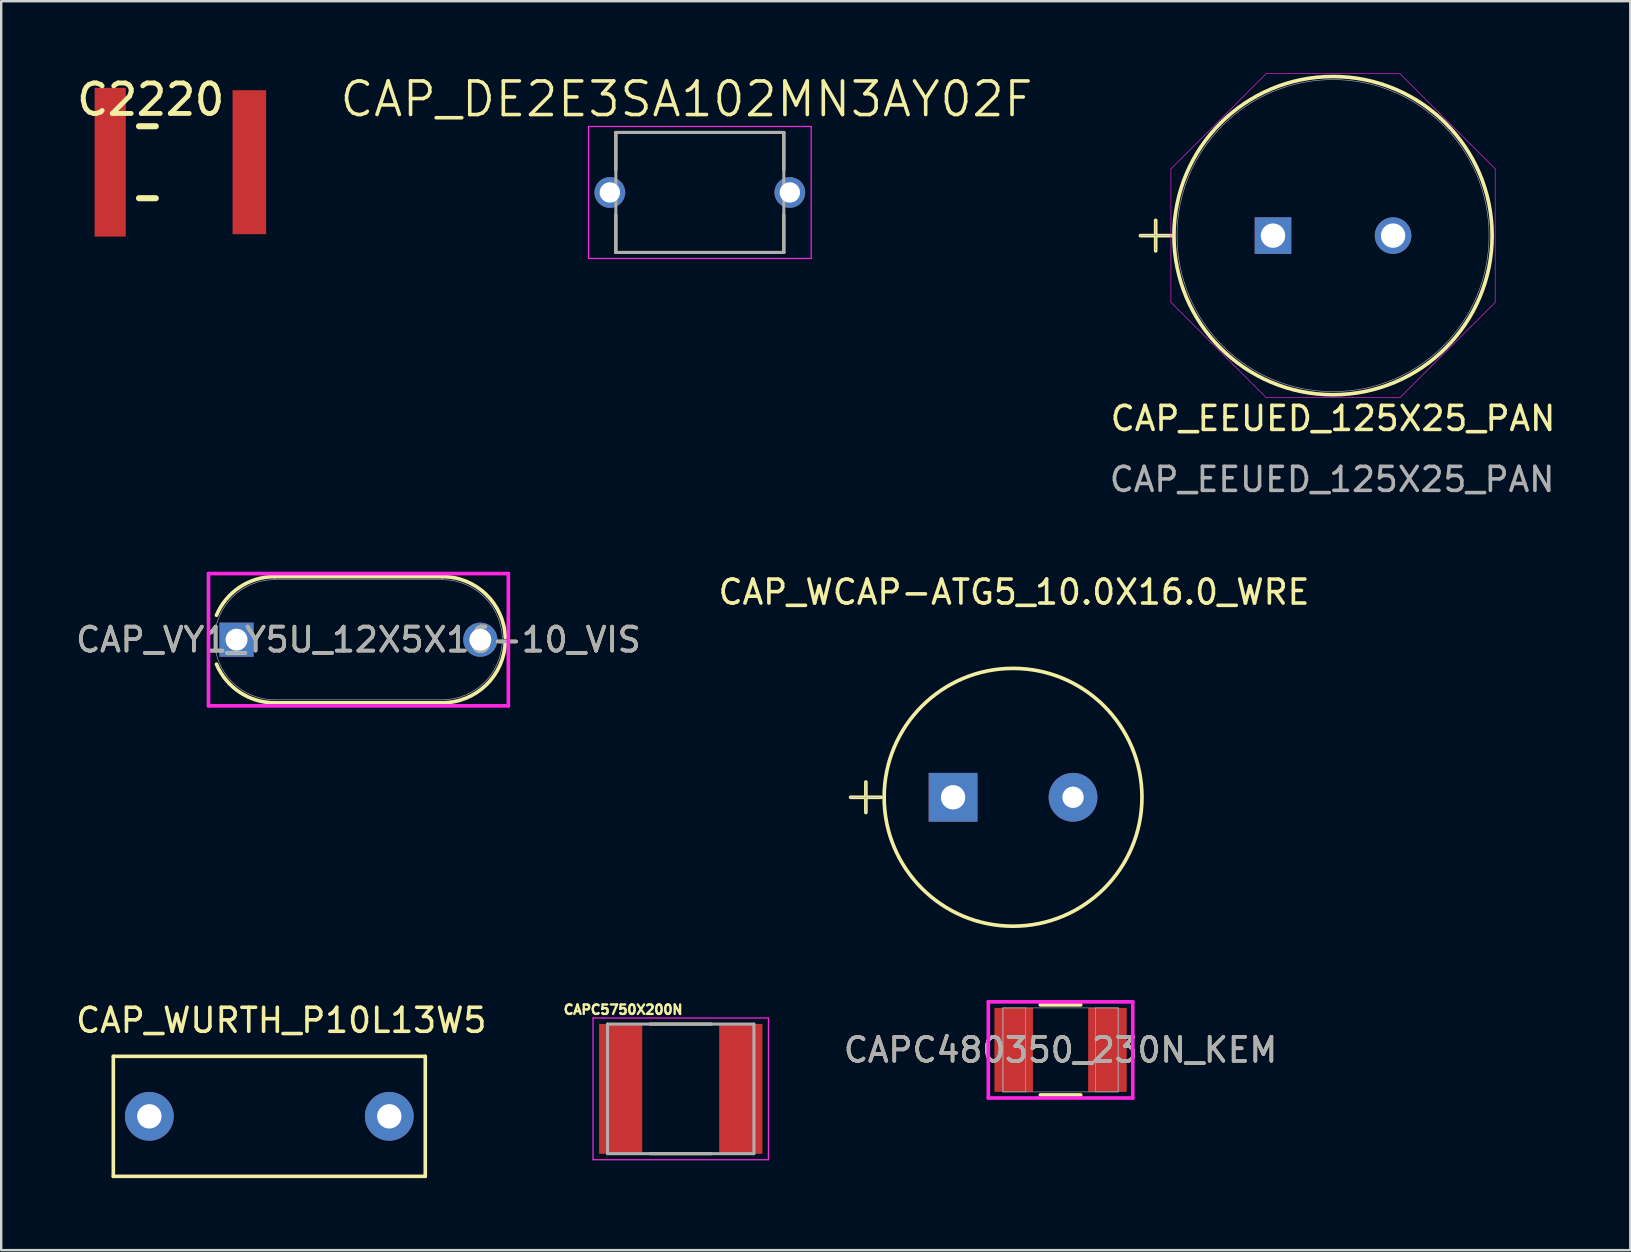
<source format=kicad_pcb>
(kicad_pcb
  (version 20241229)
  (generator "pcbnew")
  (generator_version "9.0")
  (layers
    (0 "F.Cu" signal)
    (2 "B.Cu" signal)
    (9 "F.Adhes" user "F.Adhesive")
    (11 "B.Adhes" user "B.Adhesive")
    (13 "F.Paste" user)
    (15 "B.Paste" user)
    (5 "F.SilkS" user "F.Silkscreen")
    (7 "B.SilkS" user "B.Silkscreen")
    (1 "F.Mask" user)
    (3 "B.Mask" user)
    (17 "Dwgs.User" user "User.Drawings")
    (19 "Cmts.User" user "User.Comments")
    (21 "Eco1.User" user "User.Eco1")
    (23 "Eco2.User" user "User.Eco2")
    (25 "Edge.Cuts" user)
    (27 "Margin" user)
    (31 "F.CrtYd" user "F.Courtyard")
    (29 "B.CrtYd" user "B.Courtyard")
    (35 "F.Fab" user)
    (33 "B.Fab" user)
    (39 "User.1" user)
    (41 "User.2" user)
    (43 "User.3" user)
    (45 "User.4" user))
  (footprint "C2220"
    (layer "F.Cu")
    (at 1.542 3.71)
    (property "Reference" "C2220" (at 1.69 -2.61 0) (layer "F.SilkS") (effects (font (size 1.27 1.27) (thickness 0.203))))
    (attr through_hole)
    (fp_line (start 1.2 -1.5) (end 1.9 -1.5) (stroke (width 0.254) (type solid)) (layer "F.SilkS"))
    (fp_line (start 1.2 1.5) (end 1.9 1.5) (stroke (width 0.254) (type solid)) (layer "F.SilkS"))
    (pad "1" smd rect (at 0 0) (size 1.3 6.2) (layers "F.Cu" "F.Mask" "F.Paste"))
    (pad "2" smd rect (at 5.8 0) (size 1.4 6) (layers "F.Cu" "F.Mask" "F.Paste")))
  (footprint "CAP_VY1_Y5U_12X5X16-10_VIS"
    (layer "F.Cu")
    (at 11.887 23.609)
    (property "Reference" "CAP_VY1_Y5U_12X5X16-10_VIS" (at 0 0 0) (unlocked yes) (layer "F.SilkS") (effects (font (size 1 1) (thickness 0.15))))
    (attr through_hole)
    (fp_line (start -3.493 -2.629) (end 3.493 -2.629) (stroke (width 0.152) (type solid)) (layer "F.SilkS"))
    (fp_line (start -3.493 2.629) (end 3.493 2.629) (stroke (width 0.152) (type solid)) (layer "F.SilkS"))
    (fp_arc (start -5.915522 -1.019842) (mid -4.946813 -2.189998) (end -3.4925 -2.6289) (stroke (width 0.1524) (type solid)) (layer "F.SilkS"))
    (fp_arc (start -3.492499 2.6289) (mid -4.946812 2.189998) (end -5.915522 1.019843) (stroke (width 0.1524) (type solid)) (layer "F.SilkS"))
    (fp_arc (start 3.4925 -2.6289) (mid 5.318006 -1.89173) (end 6.119732 -0.093641) (stroke (width 0.1524) (type solid)) (layer "F.SilkS"))
    (fp_arc (start 6.119732 0.093642) (mid 5.318005 1.891731) (end 3.4925 2.6289) (stroke (width 0.1524) (type solid)) (layer "F.SilkS"))
    (fp_line (start -6.248 -2.756) (end 6.248 -2.756) (stroke (width 0.152) (type solid)) (layer "F.CrtYd"))
    (fp_line (start -6.248 2.756) (end -6.248 -2.756) (stroke (width 0.152) (type solid)) (layer "F.CrtYd"))
    (fp_line (start 6.248 -2.756) (end 6.248 2.756) (stroke (width 0.152) (type solid)) (layer "F.CrtYd"))
    (fp_line (start 6.248 2.756) (end -6.248 2.756) (stroke (width 0.152) (type solid)) (layer "F.CrtYd"))
    (fp_line (start -3.493 -2.502) (end 3.493 -2.502) (stroke (width 0.025) (type solid)) (layer "F.Fab"))
    (fp_line (start -3.493 2.502) (end 3.493 2.502) (stroke (width 0.025) (type solid)) (layer "F.Fab"))
    (fp_arc (start -3.4925 2.5019) (mid -5.9944 0) (end -3.4925 -2.5019) (stroke (width 0.0254) (type solid)) (layer "F.Fab"))
    (fp_arc (start 3.4925 -2.5019) (mid 5.9944 0) (end 3.4925 2.5019) (stroke (width 0.0254) (type solid)) (layer "F.Fab"))
    (fp_text user "${REFERENCE}" (at 0 0 0) (unlocked yes) (layer "F.Fab") (effects (font (size 1 1) (thickness 0.15))))
    (pad "1" thru_hole rect (at -5.08 0) (size 1.422 1.422) (drill 0.914) (layers "*.Cu" "*.Mask"))
    (pad "2" thru_hole circle (at 5.08 0) (size 1.422 1.422) (drill 0.914) (layers "*.Cu" "*.Mask")))
  (footprint "CAPC5750X200N"
    (layer "F.Cu")
    (at 25.319 42.327)
    (property "Reference" "CAPC5750X200N" (at -2.4 -3.3 0) (layer "F.SilkS") (effects (font (size 0.394 0.394) (thickness 0.098))))
    (attr smd)
    (fp_line (start -1.28 -2.7) (end 1.28 -2.7) (stroke (width 0.127) (type solid)) (layer "F.SilkS"))
    (fp_line (start -1.28 2.7) (end 1.28 2.7) (stroke (width 0.127) (type solid)) (layer "F.SilkS"))
    (fp_line (start -3.654 -2.954) (end 3.654 -2.954) (stroke (width 0.05) (type solid)) (layer "F.CrtYd"))
    (fp_line (start -3.654 2.954) (end -3.654 -2.954) (stroke (width 0.05) (type solid)) (layer "F.CrtYd"))
    (fp_line (start -3.654 2.954) (end 3.654 2.954) (stroke (width 0.05) (type solid)) (layer "F.CrtYd"))
    (fp_line (start 3.654 2.954) (end 3.654 -2.954) (stroke (width 0.05) (type solid)) (layer "F.CrtYd"))
    (fp_line (start -3.05 2.7) (end -3.05 -2.7) (stroke (width 0.127) (type solid)) (layer "F.Fab"))
    (fp_line (start 3.05 -2.7) (end -3.05 -2.7) (stroke (width 0.127) (type solid)) (layer "F.Fab"))
    (fp_line (start 3.05 2.7) (end -3.05 2.7) (stroke (width 0.127) (type solid)) (layer "F.Fab"))
    (fp_line (start 3.05 2.7) (end 3.05 -2.7) (stroke (width 0.127) (type solid)) (layer "F.Fab"))
    (pad "1" smd rect (at -2.503 0) (size 1.8 5.41) (layers "F.Cu" "F.Mask" "F.Paste"))
    (pad "2" smd rect (at 2.503 0) (size 1.8 5.41) (layers "F.Cu" "F.Mask" "F.Paste")))
  (footprint "CAP_WURTH_P10L13W5"
    (layer "F.Cu")
    (at 8.173 43.472)
    (property "Reference" "CAP_WURTH_P10L13W5" (at 0.5 -4 0) (layer "F.SilkS") (effects (font (size 1 1) (thickness 0.15))))
    (attr through_hole)
    (fp_line (start -6.5 -2.5) (end -6.5 2.5) (stroke (width 0.15) (type solid)) (layer "F.SilkS"))
    (fp_line (start -6.5 -2.5) (end 6.5 -2.5) (stroke (width 0.15) (type solid)) (layer "F.SilkS"))
    (fp_line (start -6.5 2.5) (end 6.5 2.5) (stroke (width 0.15) (type solid)) (layer "F.SilkS"))
    (fp_line (start 6.5 2.5) (end 6.5 -2.5) (stroke (width 0.15) (type solid)) (layer "F.SilkS"))
    (pad "1" thru_hole circle (at -5 0) (size 2.032 2.032) (drill 1.016) (layers "*.Cu" "*.Mask"))
    (pad "2" thru_hole circle (at 5 0) (size 2.032 2.032) (drill 1.016) (layers "*.Cu" "*.Mask")))
  (footprint "CAP_EEUED_125X25_PAN"
    (layer "F.Cu")
    (at 52.465 6.769)
    (property "Reference" "CAP_EEUED_125X25_PAN" (at 0.038 7.62 0) (unlocked yes) (layer "F.SilkS") (effects (font (size 1 1) (thickness 0.15))))
    (attr through_hole)
    (fp_line (start -7.988 0) (end -6.718 0) (stroke (width 0.152) (type solid)) (layer "F.SilkS"))
    (fp_line (start -7.353 -0.635) (end -7.353 0.635) (stroke (width 0.152) (type solid)) (layer "F.SilkS"))
    (fp_circle (center 0.038 0) (end 6.668 0) (stroke (width 0.152) (type solid)) (fill no) (layer "F.SilkS"))
    (fp_line (start -6.718 -2.782) (end -2.744 -6.756) (stroke (width 0.025) (type solid)) (layer "F.CrtYd"))
    (fp_line (start -6.718 2.782) (end -6.718 -2.782) (stroke (width 0.025) (type solid)) (layer "F.CrtYd"))
    (fp_line (start -2.744 -6.756) (end 2.82 -6.756) (stroke (width 0.025) (type solid)) (layer "F.CrtYd"))
    (fp_line (start -2.744 6.756) (end -6.718 2.782) (stroke (width 0.025) (type solid)) (layer "F.CrtYd"))
    (fp_line (start 2.82 -6.756) (end 6.795 -2.782) (stroke (width 0.025) (type solid)) (layer "F.CrtYd"))
    (fp_line (start 2.82 6.756) (end -2.744 6.756) (stroke (width 0.025) (type solid)) (layer "F.CrtYd"))
    (fp_line (start 6.795 -2.782) (end 6.795 2.782) (stroke (width 0.025) (type solid)) (layer "F.CrtYd"))
    (fp_line (start 6.795 2.782) (end 2.82 6.756) (stroke (width 0.025) (type solid)) (layer "F.CrtYd"))
    (fp_line (start -7.988 0) (end -6.718 0) (stroke (width 0.025) (type solid)) (layer "F.Fab"))
    (fp_line (start -7.353 -0.635) (end -7.353 0.635) (stroke (width 0.025) (type solid)) (layer "F.Fab"))
    (fp_circle (center 0.038 0) (end 6.54 0) (stroke (width 0.025) (type solid)) (fill no) (layer "F.Fab"))
    (fp_text user "${REFERENCE}" (at 0 10.16 0) (unlocked yes) (layer "F.Fab") (effects (font (size 1 1) (thickness 0.15))))
    (pad "1" thru_hole rect (at -2.464 0) (size 1.524 1.524) (drill 1.016) (layers "*.Cu" "*.Mask"))
    (pad "2" thru_hole circle (at 2.54 0) (size 1.524 1.524) (drill 1.016) (layers "*.Cu" "*.Mask")))
  (footprint "CAP_DE2E3SA102MN3AY02F"
    (layer "F.Cu")
    (at 26.115 4.971)
    (property "Reference" "CAP_DE2E3SA102MN3AY02F" (at -0.555 -3.889 0) (layer "F.SilkS") (effects (font (size 1.4 1.4) (thickness 0.15))))
    (attr through_hole)
    (fp_line (start -3.5 -2.5) (end 3.5 -2.5) (stroke (width 0.127) (type solid)) (layer "F.SilkS"))
    (fp_line (start -3.5 -0.93) (end -3.5 -2.5) (stroke (width 0.127) (type solid)) (layer "F.SilkS"))
    (fp_line (start -3.5 2.5) (end -3.5 0.93) (stroke (width 0.127) (type solid)) (layer "F.SilkS"))
    (fp_line (start 3.5 -2.5) (end 3.5 -0.93) (stroke (width 0.127) (type solid)) (layer "F.SilkS"))
    (fp_line (start 3.5 0.93) (end 3.5 2.5) (stroke (width 0.127) (type solid)) (layer "F.SilkS"))
    (fp_line (start 3.5 2.5) (end -3.5 2.5) (stroke (width 0.127) (type solid)) (layer "F.SilkS"))
    (fp_line (start -4.64 -2.75) (end 4.64 -2.75) (stroke (width 0.05) (type solid)) (layer "F.CrtYd"))
    (fp_line (start -4.64 2.75) (end -4.64 -2.75) (stroke (width 0.05) (type solid)) (layer "F.CrtYd"))
    (fp_line (start 4.64 -2.75) (end 4.64 2.75) (stroke (width 0.05) (type solid)) (layer "F.CrtYd"))
    (fp_line (start 4.64 2.75) (end -4.64 2.75) (stroke (width 0.05) (type solid)) (layer "F.CrtYd"))
    (fp_line (start -3.5 -2.5) (end 3.5 -2.5) (stroke (width 0.127) (type solid)) (layer "F.Fab"))
    (fp_line (start -3.5 2.5) (end -3.5 -2.5) (stroke (width 0.127) (type solid)) (layer "F.Fab"))
    (fp_line (start 3.5 -2.5) (end 3.5 2.5) (stroke (width 0.127) (type solid)) (layer "F.Fab"))
    (fp_line (start 3.5 2.5) (end -3.5 2.5) (stroke (width 0.127) (type solid)) (layer "F.Fab"))
    (pad "1" thru_hole circle (at -3.75 0) (size 1.28 1.28) (drill 0.85) (layers "*.Cu" "*.Mask"))
    (pad "2" thru_hole circle (at 3.75 0) (size 1.28 1.28) (drill 0.85) (layers "*.Cu" "*.Mask")))
  (footprint "CAPC480350_230N_KEM"
    (layer "F.Cu")
    (at 41.147 40.704)
    (property "Reference" "CAPC480350_230N_KEM" (at 0 0 0) (unlocked yes) (layer "F.SilkS") (effects (font (size 1 1) (thickness 0.15))))
    (attr smd)
    (fp_line (start -0.842 1.877) (end 0.842 1.877) (stroke (width 0.152) (type solid)) (layer "F.SilkS"))
    (fp_line (start 0.842 -1.877) (end -0.842 -1.877) (stroke (width 0.152) (type solid)) (layer "F.SilkS"))
    (fp_line (start -3.01 -2.004) (end 3.01 -2.004) (stroke (width 0.152) (type solid)) (layer "F.CrtYd"))
    (fp_line (start -3.01 2.004) (end -3.01 -2.004) (stroke (width 0.152) (type solid)) (layer "F.CrtYd"))
    (fp_line (start 3.01 -2.004) (end 3.01 2.004) (stroke (width 0.152) (type solid)) (layer "F.CrtYd"))
    (fp_line (start 3.01 2.004) (end -3.01 2.004) (stroke (width 0.152) (type solid)) (layer "F.CrtYd"))
    (fp_line (start -2.4 -1.75) (end -2.4 1.75) (stroke (width 0.025) (type solid)) (layer "F.Fab"))
    (fp_line (start -2.4 -1.75) (end -2.4 1.75) (stroke (width 0.025) (type solid)) (layer "F.Fab"))
    (fp_line (start -2.4 1.75) (end -1.45 1.75) (stroke (width 0.025) (type solid)) (layer "F.Fab"))
    (fp_line (start -2.4 1.75) (end 2.4 1.75) (stroke (width 0.025) (type solid)) (layer "F.Fab"))
    (fp_line (start -1.45 -1.75) (end -2.4 -1.75) (stroke (width 0.025) (type solid)) (layer "F.Fab"))
    (fp_line (start -1.45 1.75) (end -1.45 -1.75) (stroke (width 0.025) (type solid)) (layer "F.Fab"))
    (fp_line (start 1.45 -1.75) (end 1.45 1.75) (stroke (width 0.025) (type solid)) (layer "F.Fab"))
    (fp_line (start 1.45 1.75) (end 2.4 1.75) (stroke (width 0.025) (type solid)) (layer "F.Fab"))
    (fp_line (start 2.4 -1.75) (end -2.4 -1.75) (stroke (width 0.025) (type solid)) (layer "F.Fab"))
    (fp_line (start 2.4 -1.75) (end 1.45 -1.75) (stroke (width 0.025) (type solid)) (layer "F.Fab"))
    (fp_line (start 2.4 1.75) (end 2.4 -1.75) (stroke (width 0.025) (type solid)) (layer "F.Fab"))
    (fp_line (start 2.4 1.75) (end 2.4 -1.75) (stroke (width 0.025) (type solid)) (layer "F.Fab"))
    (fp_text user "${REFERENCE}" (at 0 0 0) (unlocked yes) (layer "F.Fab") (effects (font (size 1 1) (thickness 0.15))))
    (pad "1" smd rect (at -1.953 0) (size 1.606 3.5) (layers "F.Cu" "F.Mask" "F.Paste"))
    (pad "2" smd rect (at 1.953 0) (size 1.606 3.5) (layers "F.Cu" "F.Mask" "F.Paste"))
    (zone (net_name "") (layer "F.Cu") (hatch full 0.508) (connect_pads) (min_thickness 0.254) (filled_areas_thickness no) (keepout (tracks not_allowed) (vias not_allowed) (pads allowed) (copperpour not_allowed) (footprints allowed)) (placement (enabled no)) (fill) (polygon (pts (xy 40.047 39.005) (xy 42.246 39.005) (xy 42.246 42.403) (xy 40.047 42.403)))))
  (footprint "CAP_WCAP-ATG5_10.0X16.0_WRE"
    (layer "F.Cu")
    (at 36.668 30.176)
    (property "Reference" "CAP_WCAP-ATG5_10.0X16.0_WRE" (at 2.54 -8.55 0) (unlocked yes) (layer "F.SilkS") (effects (font (size 1 1) (thickness 0.15))))
    (attr through_hole)
    (fp_line (start -4.269 0) (end -2.999 0) (stroke (width 0.152) (type solid)) (layer "F.SilkS"))
    (fp_line (start -3.634 -0.635) (end -3.634 0.635) (stroke (width 0.152) (type solid)) (layer "F.SilkS"))
    (fp_circle (center 2.5 0) (end 7.872 0) (stroke (width 0.152) (type solid)) (fill no) (layer "F.SilkS"))
    (fp_line (start -4.269 0) (end -2.999 0) (stroke (width 0.025) (type solid)) (layer "F.Fab"))
    (fp_line (start -3.634 -0.635) (end -3.634 0.635) (stroke (width 0.025) (type solid)) (layer "F.Fab"))
    (pad "1" thru_hole rect (at 0 0) (size 2.032 2.032) (drill 1.016) (layers "*.Cu" "*.Mask"))
    (pad "2" thru_hole circle (at 5 0) (size 2.032 2.032) (drill 0.889) (layers "*.Cu" "*.Mask")))
  (gr_rect
    (start -3 -3)
    (end 64.89 49.047)
    (stroke (width 0.1) (type default))
    (fill no)
    (layer "Edge.Cuts")))
</source>
